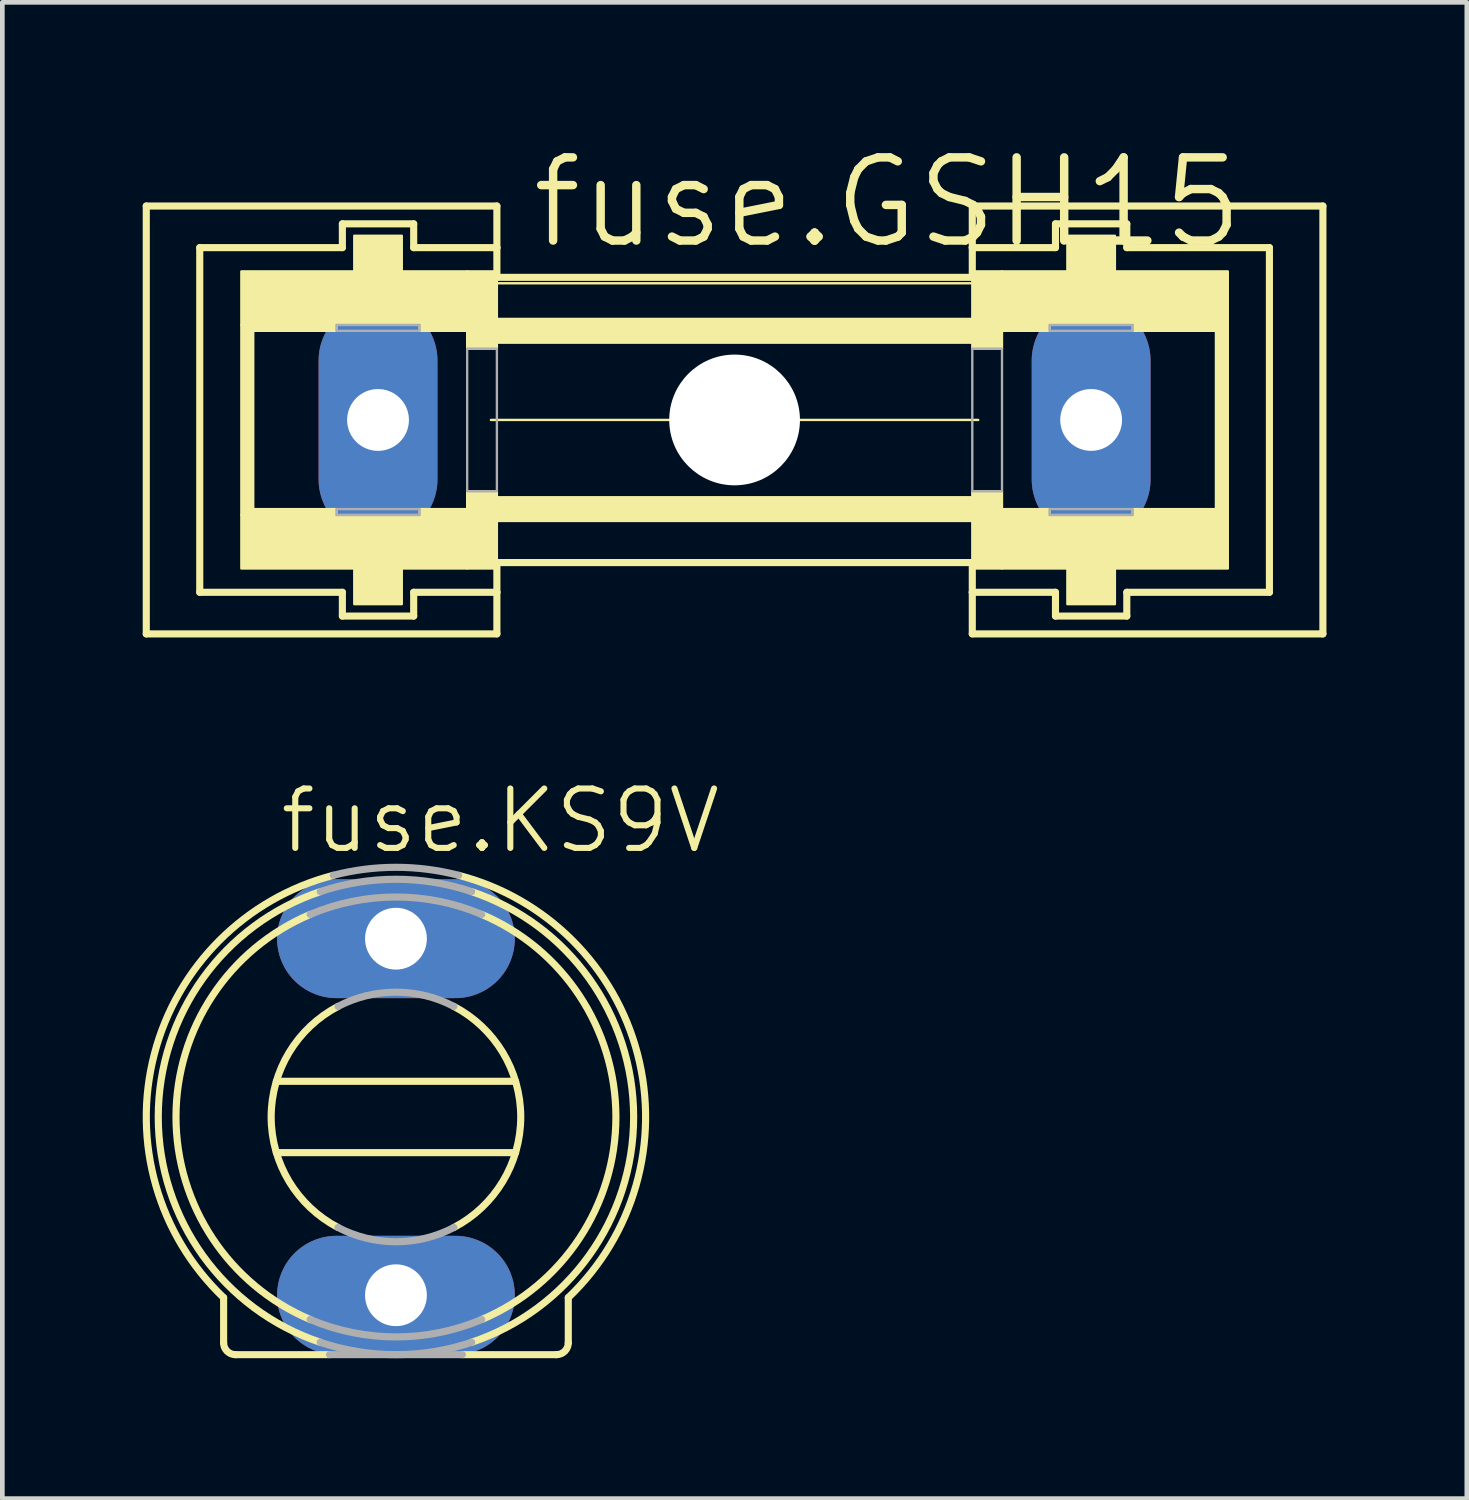
<source format=kicad_pcb>
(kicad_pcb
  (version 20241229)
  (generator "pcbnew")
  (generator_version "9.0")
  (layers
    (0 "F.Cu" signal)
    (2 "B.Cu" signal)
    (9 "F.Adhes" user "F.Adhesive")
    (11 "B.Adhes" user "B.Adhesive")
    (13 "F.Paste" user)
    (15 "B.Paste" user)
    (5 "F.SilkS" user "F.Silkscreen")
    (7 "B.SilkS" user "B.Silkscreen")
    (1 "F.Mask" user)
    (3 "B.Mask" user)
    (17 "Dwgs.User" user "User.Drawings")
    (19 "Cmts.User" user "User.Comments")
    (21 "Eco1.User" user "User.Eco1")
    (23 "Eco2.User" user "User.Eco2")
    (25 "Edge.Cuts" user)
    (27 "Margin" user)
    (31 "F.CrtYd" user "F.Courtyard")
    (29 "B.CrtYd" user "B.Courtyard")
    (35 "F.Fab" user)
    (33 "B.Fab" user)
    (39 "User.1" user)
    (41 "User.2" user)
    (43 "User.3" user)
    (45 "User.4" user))
  (footprint "fuse.GSH15"
    (layer "F.Cu")
    (at 12.649 5.925)
    (property "Reference" "fuse.GSH15" (at -4.42 -3.607 0) (layer "F.SilkS") (effects (font (size 1.778 1.778) (thickness 0.18)) (justify left bottom)))
    (attr through_hole)
    (fp_line (start -12.573 -4.572) (end -5.08 -4.572) (stroke (width 0.152) (type default)) (layer "F.SilkS"))
    (fp_line (start -12.573 4.572) (end -12.573 -4.572) (stroke (width 0.152) (type default)) (layer "F.SilkS"))
    (fp_line (start -11.43 -3.683) (end -8.382 -3.683) (stroke (width 0.152) (type default)) (layer "F.SilkS"))
    (fp_line (start -11.43 3.683) (end -11.43 -3.683) (stroke (width 0.152) (type default)) (layer "F.SilkS"))
    (fp_line (start -8.382 -4.191) (end -6.858 -4.191) (stroke (width 0.152) (type default)) (layer "F.SilkS"))
    (fp_line (start -8.382 -3.683) (end -8.382 -4.191) (stroke (width 0.152) (type default)) (layer "F.SilkS"))
    (fp_line (start -8.382 3.683) (end -11.43 3.683) (stroke (width 0.152) (type default)) (layer "F.SilkS"))
    (fp_line (start -8.382 3.683) (end -8.382 4.191) (stroke (width 0.152) (type default)) (layer "F.SilkS"))
    (fp_line (start -8.382 4.191) (end -6.858 4.191) (stroke (width 0.152) (type default)) (layer "F.SilkS"))
    (fp_line (start -6.858 -4.191) (end -6.858 -3.683) (stroke (width 0.152) (type default)) (layer "F.SilkS"))
    (fp_line (start -6.858 -3.683) (end -5.08 -3.683) (stroke (width 0.152) (type default)) (layer "F.SilkS"))
    (fp_line (start -6.858 3.683) (end -5.08 3.683) (stroke (width 0.152) (type default)) (layer "F.SilkS"))
    (fp_line (start -6.858 4.191) (end -6.858 3.683) (stroke (width 0.152) (type default)) (layer "F.SilkS"))
    (fp_line (start -5.207 0) (end 5.207 0) (stroke (width 0.051) (type default)) (layer "F.SilkS"))
    (fp_line (start -5.08 -3.683) (end -5.08 -4.572) (stroke (width 0.152) (type default)) (layer "F.SilkS"))
    (fp_line (start -5.08 -3.048) (end -5.08 -3.683) (stroke (width 0.152) (type default)) (layer "F.SilkS"))
    (fp_line (start -5.08 -3.048) (end 5.08 -3.048) (stroke (width 0.152) (type default)) (layer "F.SilkS"))
    (fp_line (start -5.08 -2.921) (end 5.08 -2.921) (stroke (width 0.051) (type default)) (layer "F.SilkS"))
    (fp_line (start -5.08 3.683) (end -5.08 3.048) (stroke (width 0.152) (type default)) (layer "F.SilkS"))
    (fp_line (start -5.08 4.572) (end -12.573 4.572) (stroke (width 0.152) (type default)) (layer "F.SilkS"))
    (fp_line (start -5.08 4.572) (end -5.08 3.683) (stroke (width 0.152) (type default)) (layer "F.SilkS"))
    (fp_line (start 5.08 -4.572) (end 5.08 -3.683) (stroke (width 0.152) (type default)) (layer "F.SilkS"))
    (fp_line (start 5.08 -4.572) (end 12.573 -4.572) (stroke (width 0.152) (type default)) (layer "F.SilkS"))
    (fp_line (start 5.08 -3.683) (end 5.08 -3.048) (stroke (width 0.152) (type default)) (layer "F.SilkS"))
    (fp_line (start 5.08 -3.683) (end 6.858 -3.683) (stroke (width 0.152) (type default)) (layer "F.SilkS"))
    (fp_line (start 5.08 3.048) (end -5.08 3.048) (stroke (width 0.152) (type default)) (layer "F.SilkS"))
    (fp_line (start 5.08 3.048) (end 5.08 3.683) (stroke (width 0.152) (type default)) (layer "F.SilkS"))
    (fp_line (start 5.08 3.683) (end 5.08 4.572) (stroke (width 0.152) (type default)) (layer "F.SilkS"))
    (fp_line (start 5.08 3.683) (end 6.858 3.683) (stroke (width 0.152) (type default)) (layer "F.SilkS"))
    (fp_line (start 6.858 -4.191) (end 6.858 -3.683) (stroke (width 0.152) (type default)) (layer "F.SilkS"))
    (fp_line (start 6.858 -4.191) (end 8.382 -4.191) (stroke (width 0.152) (type default)) (layer "F.SilkS"))
    (fp_line (start 6.858 4.191) (end 6.858 3.683) (stroke (width 0.152) (type default)) (layer "F.SilkS"))
    (fp_line (start 6.858 4.191) (end 8.382 4.191) (stroke (width 0.152) (type default)) (layer "F.SilkS"))
    (fp_line (start 8.382 -3.683) (end 8.382 -4.191) (stroke (width 0.152) (type default)) (layer "F.SilkS"))
    (fp_line (start 8.382 -3.683) (end 11.43 -3.683) (stroke (width 0.152) (type default)) (layer "F.SilkS"))
    (fp_line (start 8.382 3.683) (end 8.382 4.191) (stroke (width 0.152) (type default)) (layer "F.SilkS"))
    (fp_line (start 8.382 3.683) (end 11.43 3.683) (stroke (width 0.152) (type default)) (layer "F.SilkS"))
    (fp_line (start 11.43 -3.683) (end 11.43 3.683) (stroke (width 0.152) (type default)) (layer "F.SilkS"))
    (fp_line (start 12.573 -4.572) (end 12.573 4.572) (stroke (width 0.152) (type default)) (layer "F.SilkS"))
    (fp_line (start 12.573 4.572) (end 5.08 4.572) (stroke (width 0.152) (type default)) (layer "F.SilkS"))
    (fp_rect (start -10.541 -2.032) (end -5.715 -3.175) (stroke (width 0.05) (type default)) (fill yes) (layer "F.SilkS"))
    (fp_rect (start -10.541 2.032) (end -10.287 -2.032) (stroke (width 0.05) (type default)) (fill yes) (layer "F.SilkS"))
    (fp_rect (start -10.541 3.175) (end -5.715 2.032) (stroke (width 0.05) (type default)) (fill yes) (layer "F.SilkS"))
    (fp_rect (start -10.287 -1.905) (end -8.509 -2.032) (stroke (width 0.05) (type default)) (fill yes) (layer "F.SilkS"))
    (fp_rect (start -10.287 2.032) (end -8.509 1.905) (stroke (width 0.05) (type default)) (fill yes) (layer "F.SilkS"))
    (fp_rect (start -8.128 -3.175) (end -7.112 -3.937) (stroke (width 0.05) (type default)) (fill yes) (layer "F.SilkS"))
    (fp_rect (start -8.128 3.937) (end -7.112 3.175) (stroke (width 0.05) (type default)) (fill yes) (layer "F.SilkS"))
    (fp_rect (start -6.731 -1.905) (end -5.715 -2.032) (stroke (width 0.05) (type default)) (fill yes) (layer "F.SilkS"))
    (fp_rect (start -6.731 2.032) (end -5.715 1.905) (stroke (width 0.05) (type default)) (fill yes) (layer "F.SilkS"))
    (fp_rect (start -5.715 -1.524) (end -5.08 -3.175) (stroke (width 0.05) (type default)) (fill yes) (layer "F.SilkS"))
    (fp_rect (start -5.715 3.175) (end -5.08 1.524) (stroke (width 0.05) (type default)) (fill yes) (layer "F.SilkS"))
    (fp_rect (start -5.08 -1.651) (end 5.08 -2.159) (stroke (width 0.05) (type default)) (fill yes) (layer "F.SilkS"))
    (fp_rect (start -5.08 2.159) (end 5.08 1.651) (stroke (width 0.05) (type default)) (fill yes) (layer "F.SilkS"))
    (fp_rect (start 5.08 -1.524) (end 5.715 -3.175) (stroke (width 0.05) (type default)) (fill yes) (layer "F.SilkS"))
    (fp_rect (start 5.08 3.175) (end 5.715 1.524) (stroke (width 0.05) (type default)) (fill yes) (layer "F.SilkS"))
    (fp_rect (start 5.715 -2.032) (end 10.541 -3.175) (stroke (width 0.05) (type default)) (fill yes) (layer "F.SilkS"))
    (fp_rect (start 5.715 -1.905) (end 6.731 -2.032) (stroke (width 0.05) (type default)) (fill yes) (layer "F.SilkS"))
    (fp_rect (start 5.715 2.032) (end 6.731 1.905) (stroke (width 0.05) (type default)) (fill yes) (layer "F.SilkS"))
    (fp_rect (start 5.715 3.175) (end 10.541 2.032) (stroke (width 0.05) (type default)) (fill yes) (layer "F.SilkS"))
    (fp_rect (start 7.112 -3.175) (end 8.128 -3.937) (stroke (width 0.05) (type default)) (fill yes) (layer "F.SilkS"))
    (fp_rect (start 7.112 3.937) (end 8.128 3.175) (stroke (width 0.05) (type default)) (fill yes) (layer "F.SilkS"))
    (fp_rect (start 8.509 -1.905) (end 10.287 -2.032) (stroke (width 0.05) (type default)) (fill yes) (layer "F.SilkS"))
    (fp_rect (start 8.509 2.032) (end 10.287 1.905) (stroke (width 0.05) (type default)) (fill yes) (layer "F.SilkS"))
    (fp_rect (start 10.287 2.032) (end 10.541 -2.032) (stroke (width 0.05) (type default)) (fill yes) (layer "F.SilkS"))
    (fp_rect (start -8.509 -1.905) (end -6.731 -2.032) (stroke (width 0.05) (type default)) (fill no) (layer "F.Fab"))
    (fp_rect (start -8.509 2.032) (end -6.731 1.905) (stroke (width 0.05) (type default)) (fill no) (layer "F.Fab"))
    (fp_rect (start -5.715 1.524) (end -5.08 -1.524) (stroke (width 0.05) (type default)) (fill no) (layer "F.Fab"))
    (fp_rect (start 5.08 1.524) (end 5.715 -1.524) (stroke (width 0.05) (type default)) (fill no) (layer "F.Fab"))
    (fp_rect (start 6.731 -1.905) (end 8.509 -2.032) (stroke (width 0.05) (type default)) (fill no) (layer "F.Fab"))
    (fp_rect (start 6.731 2.032) (end 8.509 1.905) (stroke (width 0.05) (type default)) (fill no) (layer "F.Fab"))
    (pad "" np_thru_hole circle (at 0 0) (size 2.794 2.794) (drill 2.794) (layers "*.Cu" "*.Mask"))
    (pad "1" thru_hole oval (at -7.62 0 90) (size 5.08 2.54) (drill 1.321) (layers "*.Cu" "*.Mask"))
    (pad "2" thru_hole oval (at 7.62 0 90) (size 5.08 2.54) (drill 1.321) (layers "*.Cu" "*.Mask")))
  (footprint "fuse.KS9V"
    (layer "F.Cu")
    (at 5.412 20.821)
    (property "Reference" "fuse.KS9V" (at -2.54 -5.588 0) (layer "F.SilkS") (effects (font (size 1.27 1.27) (thickness 0.13)) (justify left bottom)))
    (attr through_hole)
    (fp_line (start -3.683 4.826) (end -3.683 3.861) (stroke (width 0.152) (type default)) (layer "F.SilkS"))
    (fp_line (start -3.429 5.08) (end -1.42 5.08) (stroke (width 0.152) (type default)) (layer "F.SilkS"))
    (fp_line (start -2.556 -0.762) (end 2.556 -0.762) (stroke (width 0.152) (type default)) (layer "F.SilkS"))
    (fp_line (start -2.556 0.762) (end 2.556 0.762) (stroke (width 0.152) (type default)) (layer "F.SilkS"))
    (fp_line (start 1.42 5.08) (end 3.429 5.08) (stroke (width 0.152) (type default)) (layer "F.SilkS"))
    (fp_line (start 3.683 4.826) (end 3.683 3.861) (stroke (width 0.152) (type default)) (layer "F.SilkS"))
    (fp_arc (start -3.683 3.861) (mid -5.16427 -1.34053) (end -1.3394 -5.1642) (stroke (width 0.1524) (type default)) (layer "F.SilkS"))
    (fp_arc (start -3.429 5.08) (mid -3.608605 5.005605) (end -3.683 4.826) (stroke (width 0.1524) (type default)) (layer "F.SilkS"))
    (fp_arc (start -1.8331 4.3286) (mid -4.700748 0) (end -1.8331 -4.3286) (stroke (width 0.1524) (type default)) (layer "F.SilkS"))
    (fp_arc (start -1.6181 4.8154) (mid -5.079993 0) (end -1.6181 -4.8154) (stroke (width 0.1524) (type default)) (layer "F.SilkS"))
    (fp_arc (start -1.2381 2.3622) (mid -2.666998 0) (end -1.2381 -2.3622) (stroke (width 0.1524) (type default)) (layer "F.SilkS"))
    (fp_arc (start 1.2381 -2.3622) (mid 2.666998 0) (end 1.2381 2.3622) (stroke (width 0.1524) (type default)) (layer "F.SilkS"))
    (fp_arc (start 1.3394 -5.1642) (mid 5.16427 -1.34053) (end 3.683 3.861) (stroke (width 0.1524) (type default)) (layer "F.SilkS"))
    (fp_arc (start 1.6181 -4.8154) (mid 5.079993 0) (end 1.6181 4.8154) (stroke (width 0.1524) (type default)) (layer "F.SilkS"))
    (fp_arc (start 1.8331 -4.3286) (mid 4.700748 0) (end 1.8331 4.3286) (stroke (width 0.1524) (type default)) (layer "F.SilkS"))
    (fp_arc (start 3.683 4.826) (mid 3.608605 5.005605) (end 3.429 5.08) (stroke (width 0.1524) (type default)) (layer "F.SilkS"))
    (fp_line (start -1.42 5.08) (end 1.42 5.08) (stroke (width 0.152) (type default)) (layer "F.Fab"))
    (fp_arc (start -1.8331 -4.3286) (mid 0 -4.700748) (end 1.8331 -4.3286) (stroke (width 0.1524) (type default)) (layer "F.Fab"))
    (fp_arc (start -1.6181 -4.8154) (mid 0 -5.079993) (end 1.6181 -4.8154) (stroke (width 0.1524) (type default)) (layer "F.Fab"))
    (fp_arc (start -1.3394 -5.1647) (mid 0 -5.335552) (end 1.3394 -5.1647) (stroke (width 0.1524) (type default)) (layer "F.Fab"))
    (fp_arc (start -1.2381 -2.3622) (mid 0 -2.666998) (end 1.2381 -2.3622) (stroke (width 0.1524) (type default)) (layer "F.Fab"))
    (fp_arc (start 1.2381 2.3622) (mid 0 2.666998) (end -1.2381 2.3622) (stroke (width 0.1524) (type default)) (layer "F.Fab"))
    (fp_arc (start 1.6181 4.8154) (mid 0 5.079993) (end -1.6181 4.8154) (stroke (width 0.1524) (type default)) (layer "F.Fab"))
    (fp_arc (start 1.8331 4.3286) (mid 0 4.700748) (end -1.8331 4.3286) (stroke (width 0.1524) (type default)) (layer "F.Fab"))
    (pad "1" thru_hole oval (at 0 -3.81) (size 5.08 2.54) (drill 1.321) (layers "*.Cu" "*.Mask"))
    (pad "2" thru_hole oval (at 0 3.81) (size 5.08 2.54) (drill 1.321) (layers "*.Cu" "*.Mask")))
  (gr_rect
    (start -3 -3)
    (end 28.298 28.977)
    (stroke (width 0.1) (type default))
    (fill no)
    (layer "Edge.Cuts")))
</source>
